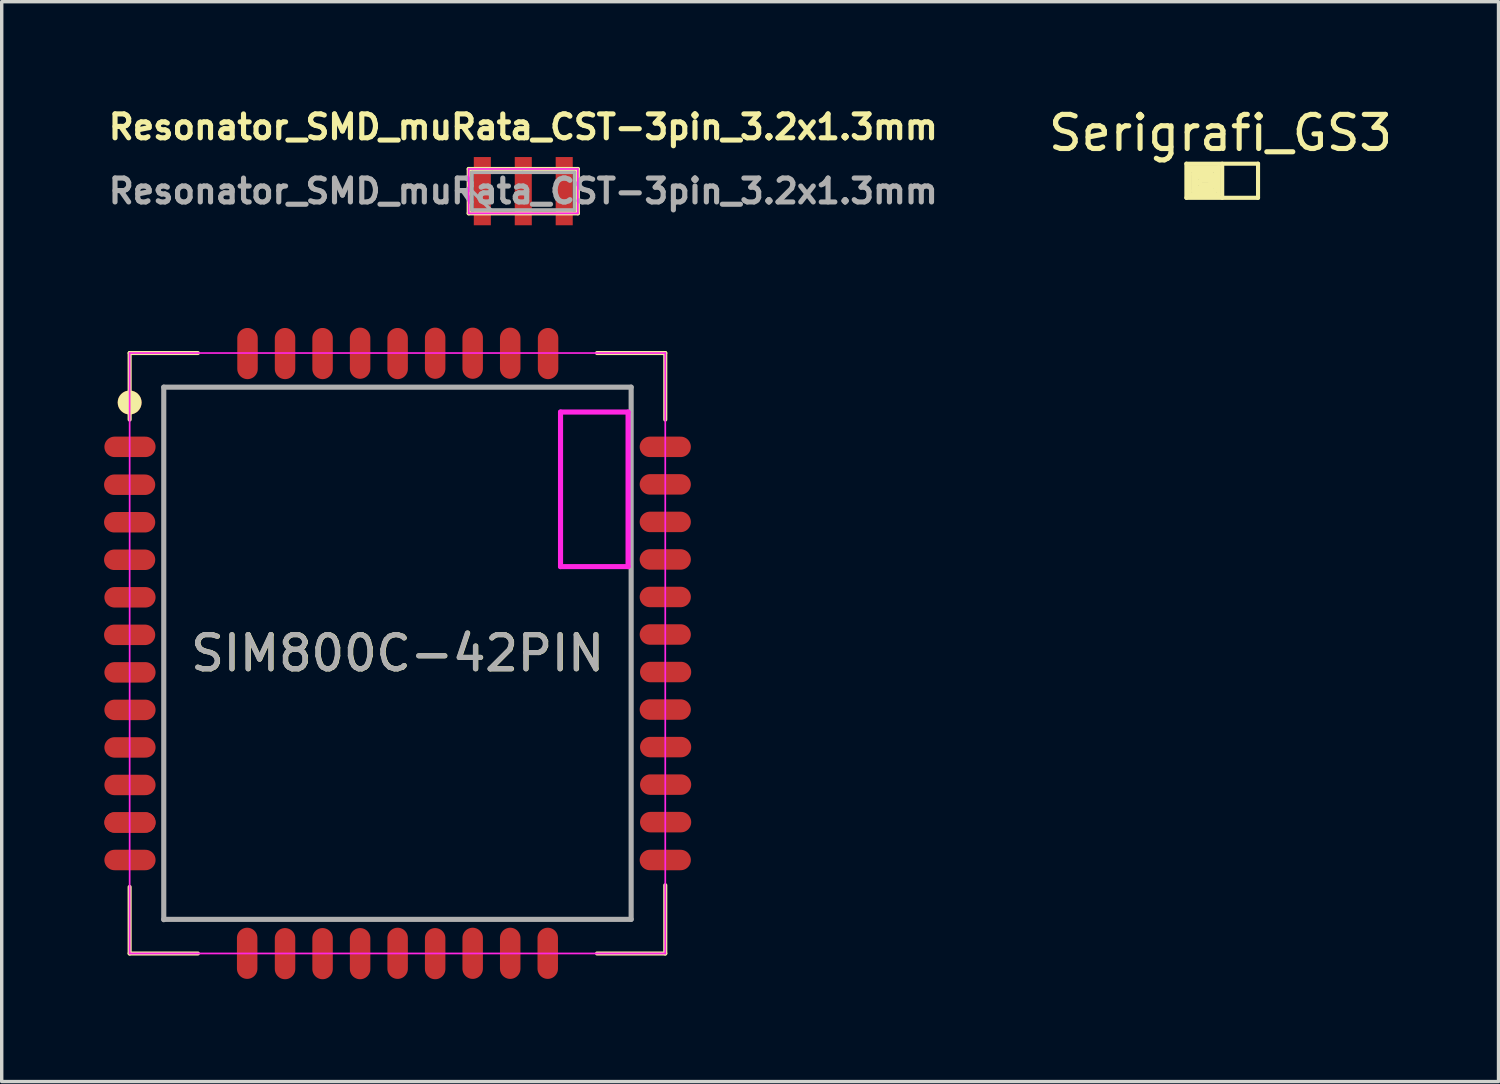
<source format=kicad_pcb>
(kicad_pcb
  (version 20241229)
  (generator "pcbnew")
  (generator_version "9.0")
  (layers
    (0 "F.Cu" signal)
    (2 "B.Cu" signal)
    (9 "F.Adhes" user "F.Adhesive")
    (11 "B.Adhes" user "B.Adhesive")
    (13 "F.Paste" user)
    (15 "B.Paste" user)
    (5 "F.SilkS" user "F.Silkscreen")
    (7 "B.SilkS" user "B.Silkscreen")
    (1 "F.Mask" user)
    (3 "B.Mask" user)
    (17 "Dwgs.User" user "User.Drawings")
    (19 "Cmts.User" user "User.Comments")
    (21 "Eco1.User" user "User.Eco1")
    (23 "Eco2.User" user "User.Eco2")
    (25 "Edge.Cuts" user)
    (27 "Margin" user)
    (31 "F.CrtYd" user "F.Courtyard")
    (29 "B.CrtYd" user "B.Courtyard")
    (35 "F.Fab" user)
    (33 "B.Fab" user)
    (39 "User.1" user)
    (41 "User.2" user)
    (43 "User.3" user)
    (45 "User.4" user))
  (footprint "Resonator_SMD_muRata_CST-3pin_3.2x1.3mm"
    (layer "F.Cu")
    (at 12.288 2.553)
    (property "Reference" "Resonator_SMD_muRata_CST-3pin_3.2x1.3mm" (at 0 -1.88 0) (layer "F.SilkS") (effects (font (size 0.7 0.7) (thickness 0.15))))
    (attr smd)
    (fp_line (start -1.6 -0.65) (end 1.6 -0.65) (stroke (width 0.12) (type solid)) (layer "F.SilkS"))
    (fp_line (start -1.6 0.65) (end -1.6 -0.65) (stroke (width 0.12) (type solid)) (layer "F.SilkS"))
    (fp_line (start 1.6 -0.65) (end 1.6 0.65) (stroke (width 0.12) (type solid)) (layer "F.SilkS"))
    (fp_line (start 1.6 0.65) (end -1.6 0.65) (stroke (width 0.12) (type solid)) (layer "F.SilkS"))
    (fp_line (start -1.6 -0.65) (end -1.6 0.65) (stroke (width 0.05) (type solid)) (layer "F.CrtYd"))
    (fp_line (start -1.6 0.65) (end 1.6 0.65) (stroke (width 0.05) (type solid)) (layer "F.CrtYd"))
    (fp_line (start 1.6 -0.65) (end -1.6 -0.65) (stroke (width 0.05) (type solid)) (layer "F.CrtYd"))
    (fp_line (start 1.6 0.65) (end 1.6 -0.65) (stroke (width 0.05) (type solid)) (layer "F.CrtYd"))
    (fp_line (start -1.5 -0.55) (end -1.5 0.55) (stroke (width 0.1) (type solid)) (layer "F.Fab"))
    (fp_line (start -1.5 0) (end -0.95 0.55) (stroke (width 0.1) (type solid)) (layer "F.Fab"))
    (fp_line (start -1.5 0.55) (end 1.5 0.55) (stroke (width 0.1) (type solid)) (layer "F.Fab"))
    (fp_line (start -0.91 -0.55) (end -1.5 -0.55) (stroke (width 0.1) (type solid)) (layer "F.Fab"))
    (fp_line (start -0.02 -0.55) (end -0.91 -0.55) (stroke (width 0.1) (type solid)) (layer "F.Fab"))
    (fp_line (start 1.5 -0.55) (end -0.02 -0.55) (stroke (width 0.1) (type solid)) (layer "F.Fab"))
    (fp_line (start 1.5 0.54) (end 1.5 -0.55) (stroke (width 0.1) (type solid)) (layer "F.Fab"))
    (fp_text user "${REFERENCE}" (at 0 0 0) (layer "F.Fab") (effects (font (size 0.7 0.7) (thickness 0.15))))
    (pad "1" smd rect (at -1.2 0) (size 0.5 2) (layers "F.Cu" "F.Mask" "F.Paste"))
    (pad "2" smd rect (at 0 0) (size 0.5 2) (layers "F.Cu" "F.Mask" "F.Paste"))
    (pad "3" smd rect (at 1.2 0) (size 0.5 2) (layers "F.Cu" "F.Mask" "F.Paste")))
  (footprint "SIM800C-42PIN"
    (layer "F.Cu")
    (at 8.6 16.098)
    (property "Reference" "SIM800C-42PIN" (at 0.01 0 0) (layer "F.SilkS") (effects (font (size 1 1) (thickness 0.15))))
    (attr smd)
    (fp_line (start -7.85 -8.8) (end -7.85 -6.85) (stroke (width 0.12) (type solid)) (layer "F.SilkS"))
    (fp_line (start -7.85 -8.8) (end -5.85 -8.8) (stroke (width 0.12) (type solid)) (layer "F.SilkS"))
    (fp_line (start -7.85 8.8) (end -7.85 6.85) (stroke (width 0.12) (type solid)) (layer "F.SilkS"))
    (fp_line (start -7.85 8.8) (end -5.85 8.8) (stroke (width 0.12) (type solid)) (layer "F.SilkS"))
    (fp_line (start 7.85 -8.8) (end 5.85 -8.8) (stroke (width 0.12) (type solid)) (layer "F.SilkS"))
    (fp_line (start 7.85 -8.8) (end 7.85 -6.85) (stroke (width 0.12) (type solid)) (layer "F.SilkS"))
    (fp_line (start 7.85 8.8) (end 5.85 8.8) (stroke (width 0.12) (type solid)) (layer "F.SilkS"))
    (fp_line (start 7.85 8.8) (end 7.85 6.8) (stroke (width 0.12) (type solid)) (layer "F.SilkS"))
    (fp_line (start -7.85 -8.8) (end -7.85 8.8) (stroke (width 0.05) (type solid)) (layer "F.CrtYd"))
    (fp_line (start -7.85 8.8) (end 7.85 8.8) (stroke (width 0.05) (type solid)) (layer "F.CrtYd"))
    (fp_line (start 4.78 -7.07) (end 6.76 -7.07) (stroke (width 0.15) (type solid)) (layer "F.CrtYd"))
    (fp_line (start 4.78 -2.54) (end 4.78 -7.07) (stroke (width 0.15) (type solid)) (layer "F.CrtYd"))
    (fp_line (start 6.76 -7.07) (end 6.76 -2.54) (stroke (width 0.15) (type solid)) (layer "F.CrtYd"))
    (fp_line (start 6.76 -2.54) (end 4.78 -2.54) (stroke (width 0.15) (type solid)) (layer "F.CrtYd"))
    (fp_line (start 7.85 -8.8) (end -7.85 -8.8) (stroke (width 0.05) (type solid)) (layer "F.CrtYd"))
    (fp_line (start 7.85 8.8) (end 7.85 -8.8) (stroke (width 0.05) (type solid)) (layer "F.CrtYd"))
    (fp_line (start -6.85 -7.8) (end -6.85 7.81) (stroke (width 0.15) (type solid)) (layer "F.Fab"))
    (fp_line (start -6.85 7.8) (end 6.85 7.8) (stroke (width 0.15) (type solid)) (layer "F.Fab"))
    (fp_line (start 6.85 -7.8) (end -6.85 -7.8) (stroke (width 0.15) (type solid)) (layer "F.Fab"))
    (fp_line (start 6.85 7.8) (end 6.85 -7.8) (stroke (width 0.15) (type solid)) (layer "F.Fab"))
    (fp_text user "${REFERENCE}" (at 0 0 0) (layer "F.Fab") (effects (font (size 1 1) (thickness 0.15))))
    (pad "" smd circle (at -7.85 -7.35 270) (size 0.7 0.7) (layers "F.Cu" "F.Mask" "F.Paste"))
    (pad "" smd circle (at -7.85 -7.35 270) (size 0.7 0.7) (layers "F.SilkS"))
    (pad "1" smd oval (at -7.84 -6.05) (size 1.5 0.6) (layers "F.Cu" "F.Mask" "F.Paste"))
    (pad "2" smd oval (at -7.85 -4.94) (size 1.5 0.6) (layers "F.Cu" "F.Mask" "F.Paste"))
    (pad "3" smd oval (at -7.85 -3.84) (size 1.5 0.6) (layers "F.Cu" "F.Mask" "F.Paste"))
    (pad "4" smd oval (at -7.85 -2.74) (size 1.5 0.6) (layers "F.Cu" "F.Mask" "F.Paste"))
    (pad "5" smd oval (at -7.84 -1.64) (size 1.5 0.6) (layers "F.Cu" "F.Mask" "F.Paste"))
    (pad "6" smd oval (at -7.85 -0.54) (size 1.5 0.6) (layers "F.Cu" "F.Mask" "F.Paste"))
    (pad "7" smd oval (at -7.84 0.56) (size 1.5 0.6) (layers "F.Cu" "F.Mask" "F.Paste"))
    (pad "8" smd oval (at -7.84 1.66) (size 1.5 0.6) (layers "F.Cu" "F.Mask" "F.Paste"))
    (pad "9" smd oval (at -7.84 2.76) (size 1.5 0.6) (layers "F.Cu" "F.Mask" "F.Paste"))
    (pad "10" smd oval (at -7.84 3.86) (size 1.5 0.6) (layers "F.Cu" "F.Mask" "F.Paste"))
    (pad "11" smd oval (at -7.84 4.96) (size 1.5 0.6) (layers "F.Cu" "F.Mask" "F.Paste"))
    (pad "11" smd oval (at -7.84 4.96) (size 1.5 0.6) (layers "F.Cu" "F.Mask" "F.Paste"))
    (pad "12" smd oval (at -7.84 6.06) (size 1.5 0.6) (layers "F.Cu" "F.Mask" "F.Paste"))
    (pad "13" smd oval (at -4.405 8.795 90) (size 1.5 0.6) (layers "F.Cu" "F.Mask" "F.Paste"))
    (pad "14" smd oval (at -3.295 8.805 90) (size 1.5 0.6) (layers "F.Cu" "F.Mask" "F.Paste"))
    (pad "15" smd oval (at -2.195 8.805 90) (size 1.5 0.6) (layers "F.Cu" "F.Mask" "F.Paste"))
    (pad "16" smd oval (at -1.095 8.805 90) (size 1.5 0.6) (layers "F.Cu" "F.Mask" "F.Paste"))
    (pad "17" smd oval (at 0.005 8.795 90) (size 1.5 0.6) (layers "F.Cu" "F.Mask" "F.Paste"))
    (pad "18" smd oval (at 1.105 8.805 90) (size 1.5 0.6) (layers "F.Cu" "F.Mask" "F.Paste"))
    (pad "19" smd oval (at 2.205 8.795 90) (size 1.5 0.6) (layers "F.Cu" "F.Mask" "F.Paste"))
    (pad "20" smd oval (at 3.305 8.795 90) (size 1.5 0.6) (layers "F.Cu" "F.Mask" "F.Paste"))
    (pad "21" smd oval (at 4.405 8.795 90) (size 1.5 0.6) (layers "F.Cu" "F.Mask" "F.Paste"))
    (pad "22" smd oval (at 7.85 6.06 180) (size 1.5 0.6) (layers "F.Cu" "F.Mask" "F.Paste"))
    (pad "23" smd oval (at 7.86 4.95 180) (size 1.5 0.6) (layers "F.Cu" "F.Mask" "F.Paste"))
    (pad "24" smd oval (at 7.86 3.85 180) (size 1.5 0.6) (layers "F.Cu" "F.Mask" "F.Paste"))
    (pad "25" smd oval (at 7.86 2.75 180) (size 1.5 0.6) (layers "F.Cu" "F.Mask" "F.Paste"))
    (pad "26" smd oval (at 7.85 1.65 180) (size 1.5 0.6) (layers "F.Cu" "F.Mask" "F.Paste"))
    (pad "27" smd oval (at 7.86 0.55 180) (size 1.5 0.6) (layers "F.Cu" "F.Mask" "F.Paste"))
    (pad "28" smd oval (at 7.85 -0.55 180) (size 1.5 0.6) (layers "F.Cu" "F.Mask" "F.Paste"))
    (pad "29" smd oval (at 7.85 -1.65 180) (size 1.5 0.6) (layers "F.Cu" "F.Mask" "F.Paste"))
    (pad "30" smd oval (at 7.85 -2.75 180) (size 1.5 0.6) (layers "F.Cu" "F.Mask" "F.Paste"))
    (pad "31" smd oval (at 7.85 -3.85 180) (size 1.5 0.6) (layers "F.Cu" "F.Mask" "F.Paste"))
    (pad "32" smd oval (at 7.85 -4.95 180) (size 1.5 0.6) (layers "F.Cu" "F.Mask" "F.Paste"))
    (pad "33" smd oval (at 7.85 -6.05 180) (size 1.5 0.6) (layers "F.Cu" "F.Mask" "F.Paste"))
    (pad "34" smd oval (at 4.415 -8.785 270) (size 1.5 0.6) (layers "F.Cu" "F.Mask" "F.Paste"))
    (pad "35" smd oval (at 3.305 -8.795 270) (size 1.5 0.6) (layers "F.Cu" "F.Mask" "F.Paste"))
    (pad "36" smd oval (at 2.205 -8.795 270) (size 1.5 0.6) (layers "F.Cu" "F.Mask" "F.Paste"))
    (pad "37" smd oval (at 1.105 -8.795 270) (size 1.5 0.6) (layers "F.Cu" "F.Mask" "F.Paste"))
    (pad "38" smd oval (at 0.005 -8.785 270) (size 1.5 0.6) (layers "F.Cu" "F.Mask" "F.Paste"))
    (pad "39" smd oval (at -1.095 -8.795 270) (size 1.5 0.6) (layers "F.Cu" "F.Mask" "F.Paste"))
    (pad "40" smd oval (at -2.195 -8.785 270) (size 1.5 0.6) (layers "F.Cu" "F.Mask" "F.Paste"))
    (pad "41" smd oval (at -3.295 -8.785 270) (size 1.5 0.6) (layers "F.Cu" "F.Mask" "F.Paste"))
    (pad "42" smd oval (at -4.395 -8.785 270) (size 1.5 0.6) (layers "F.Cu" "F.Mask" "F.Paste")))
  (footprint "Serigrafi_GS3"
    (layer "F.Cu")
    (at 32.775 2.298)
    (property "Reference" "Serigrafi_GS3" (at -0.05 -1.45 180) (layer "F.SilkS") (effects (font (size 1 1) (thickness 0.15))))
    (attr smd)
    (fp_line (start -1.05 -0.55) (end 1.05 -0.55) (stroke (width 0.12) (type solid)) (layer "F.SilkS"))
    (fp_line (start -1.05 0.45) (end -1.05 -0.55) (stroke (width 0.12) (type solid)) (layer "F.SilkS"))
    (fp_line (start -1 -0.35) (end -1 -0.45) (stroke (width 0.12) (type solid)) (layer "F.SilkS"))
    (fp_line (start -0.95 -0.45) (end -0.1 -0.45) (stroke (width 0.12) (type solid)) (layer "F.SilkS"))
    (fp_line (start -0.95 -0.35) (end -0.2 -0.35) (stroke (width 0.12) (type solid)) (layer "F.SilkS"))
    (fp_line (start -0.95 0.35) (end -0.95 -0.35) (stroke (width 0.12) (type solid)) (layer "F.SilkS"))
    (fp_line (start -0.85 -0.25) (end -0.3 -0.25) (stroke (width 0.12) (type solid)) (layer "F.SilkS"))
    (fp_line (start -0.85 0.25) (end -0.85 -0.25) (stroke (width 0.12) (type solid)) (layer "F.SilkS"))
    (fp_line (start -0.75 -0.15) (end -0.35 -0.15) (stroke (width 0.12) (type solid)) (layer "F.SilkS"))
    (fp_line (start -0.75 0.15) (end -0.75 -0.15) (stroke (width 0.12) (type solid)) (layer "F.SilkS"))
    (fp_line (start -0.65 -0.05) (end -0.4 -0.05) (stroke (width 0.12) (type solid)) (layer "F.SilkS"))
    (fp_line (start -0.65 0.05) (end -0.65 -0.05) (stroke (width 0.12) (type solid)) (layer "F.SilkS"))
    (fp_line (start -0.35 -0.15) (end -0.35 0.05) (stroke (width 0.12) (type solid)) (layer "F.SilkS"))
    (fp_line (start -0.35 0.05) (end -0.65 0.05) (stroke (width 0.12) (type solid)) (layer "F.SilkS"))
    (fp_line (start -0.3 -0.25) (end -0.3 0.15) (stroke (width 0.12) (type solid)) (layer "F.SilkS"))
    (fp_line (start -0.3 0.15) (end -0.75 0.15) (stroke (width 0.12) (type solid)) (layer "F.SilkS"))
    (fp_line (start -0.2 -0.35) (end -0.2 0.25) (stroke (width 0.12) (type solid)) (layer "F.SilkS"))
    (fp_line (start -0.2 0.25) (end -0.85 0.25) (stroke (width 0.12) (type solid)) (layer "F.SilkS"))
    (fp_line (start -0.1 -0.45) (end -0.1 0.35) (stroke (width 0.12) (type solid)) (layer "F.SilkS"))
    (fp_line (start -0.1 0.35) (end -0.95 0.35) (stroke (width 0.12) (type solid)) (layer "F.SilkS"))
    (fp_line (start 0 -0.55) (end 0 0.45) (stroke (width 0.12) (type solid)) (layer "F.SilkS"))
    (fp_line (start 1.05 -0.55) (end 1.05 0.45) (stroke (width 0.12) (type solid)) (layer "F.SilkS"))
    (fp_line (start 1.05 0.45) (end -1.05 0.45) (stroke (width 0.12) (type solid)) (layer "F.SilkS")))
  (gr_rect
    (start -3 -3)
    (end 40.874 28.653)
    (stroke (width 0.1) (type default))
    (fill no)
    (layer "Edge.Cuts")))
</source>
